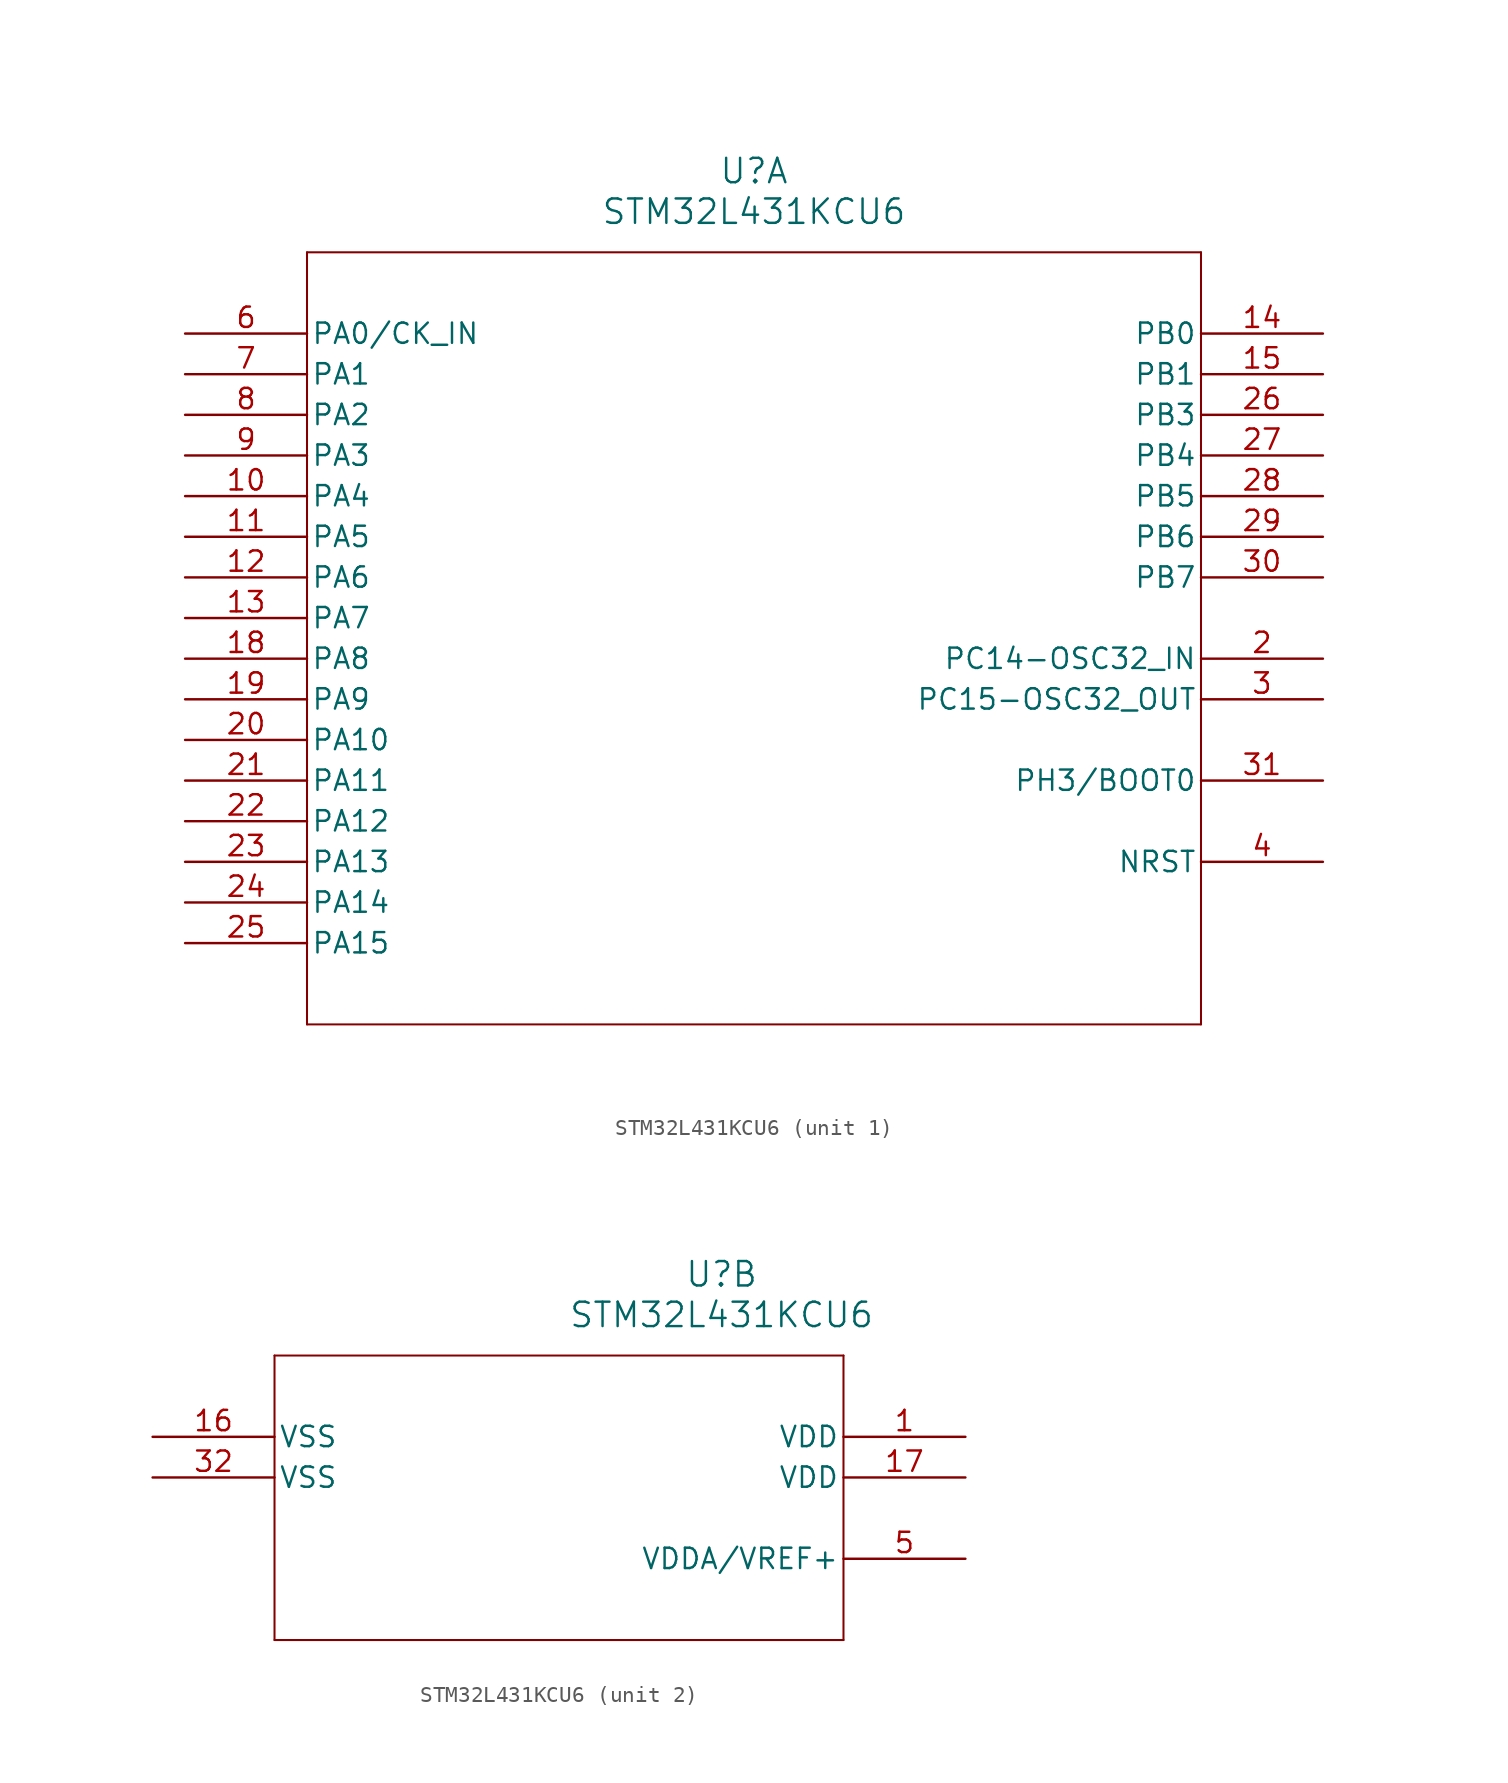
<source format=kicad_sym>
(kicad_symbol_lib
  (version 20211014)
  (generator kicad_symbol_editor)
  (symbol "STM32L431KCU6"
    (pin_names
      (offset 0.254))
    (property "Reference" "U"
      (at 35.56 10.16 0)
      (effects (font (size 1.524 1.524))))
    (property "Value" "STM32L431KCU6"
      (at 35.56 7.62 0)
      (effects (font (size 1.524 1.524))))
    (symbol "STM32L431KCU6_1_1"
      (polyline (pts (xy 7.62 5.08) (xy 7.62 -43.18)) (stroke (width 0.127) (type default) (color 0 0 0 0)) (fill (type none)))
      (polyline (pts (xy 7.62 -43.18) (xy 63.5 -43.18)) (stroke (width 0.127) (type default) (color 0 0 0 0)) (fill (type none)))
      (polyline (pts (xy 63.5 -43.18) (xy 63.5 5.08)) (stroke (width 0.127) (type default) (color 0 0 0 0)) (fill (type none)))
      (polyline (pts (xy 63.5 5.08) (xy 7.62 5.08)) (stroke (width 0.127) (type default) (color 0 0 0 0)) (fill (type none)))
      (pin bidirectional line (at 71.12 -20.32 180) (length 7.62) (name "PC14-OSC32_IN" (effects (font (size 1.27 1.27)))) (number "2" (effects (font (size 1.27 1.27)))))
      (pin bidirectional line (at 71.12 -22.86 180) (length 7.62) (name "PC15-OSC32_OUT" (effects (font (size 1.27 1.27)))) (number "3" (effects (font (size 1.27 1.27)))))
      (pin bidirectional line (at 71.12 -33.02 180) (length 7.62) (name "NRST" (effects (font (size 1.27 1.27)))) (number "4" (effects (font (size 1.27 1.27)))))
      (pin bidirectional line (at 0 0 0) (length 7.62) (name "PA0/CK_IN" (effects (font (size 1.27 1.27)))) (number "6" (effects (font (size 1.27 1.27)))))
      (pin bidirectional line (at 0 -2.54 0) (length 7.62) (name "PA1" (effects (font (size 1.27 1.27)))) (number "7" (effects (font (size 1.27 1.27)))))
      (pin bidirectional line (at 0 -5.08 0) (length 7.62) (name "PA2" (effects (font (size 1.27 1.27)))) (number "8" (effects (font (size 1.27 1.27)))))
      (pin bidirectional line (at 0 -7.62 0) (length 7.62) (name "PA3" (effects (font (size 1.27 1.27)))) (number "9" (effects (font (size 1.27 1.27)))))
      (pin bidirectional line (at 0 -10.16 0) (length 7.62) (name "PA4" (effects (font (size 1.27 1.27)))) (number "10" (effects (font (size 1.27 1.27)))))
      (pin bidirectional line (at 0 -12.7 0) (length 7.62) (name "PA5" (effects (font (size 1.27 1.27)))) (number "11" (effects (font (size 1.27 1.27)))))
      (pin bidirectional line (at 0 -15.24 0) (length 7.62) (name "PA6" (effects (font (size 1.27 1.27)))) (number "12" (effects (font (size 1.27 1.27)))))
      (pin bidirectional line (at 0 -17.78 0) (length 7.62) (name "PA7" (effects (font (size 1.27 1.27)))) (number "13" (effects (font (size 1.27 1.27)))))
      (pin bidirectional line (at 71.12 0 180) (length 7.62) (name "PB0" (effects (font (size 1.27 1.27)))) (number "14" (effects (font (size 1.27 1.27)))))
      (pin bidirectional line (at 71.12 -2.54 180) (length 7.62) (name "PB1" (effects (font (size 1.27 1.27)))) (number "15" (effects (font (size 1.27 1.27)))))
      (pin bidirectional line (at 0 -20.32 0) (length 7.62) (name "PA8" (effects (font (size 1.27 1.27)))) (number "18" (effects (font (size 1.27 1.27)))))
      (pin bidirectional line (at 0 -22.86 0) (length 7.62) (name "PA9" (effects (font (size 1.27 1.27)))) (number "19" (effects (font (size 1.27 1.27)))))
      (pin bidirectional line (at 0 -25.4 0) (length 7.62) (name "PA10" (effects (font (size 1.27 1.27)))) (number "20" (effects (font (size 1.27 1.27)))))
      (pin bidirectional line (at 0 -27.94 0) (length 7.62) (name "PA11" (effects (font (size 1.27 1.27)))) (number "21" (effects (font (size 1.27 1.27)))))
      (pin bidirectional line (at 0 -30.48 0) (length 7.62) (name "PA12" (effects (font (size 1.27 1.27)))) (number "22" (effects (font (size 1.27 1.27)))))
      (pin bidirectional line (at 0 -33.02 0) (length 7.62) (name "PA13" (effects (font (size 1.27 1.27)))) (number "23" (effects (font (size 1.27 1.27)))))
      (pin bidirectional line (at 0 -35.56 0) (length 7.62) (name "PA14" (effects (font (size 1.27 1.27)))) (number "24" (effects (font (size 1.27 1.27)))))
      (pin bidirectional line (at 0 -38.1 0) (length 7.62) (name "PA15" (effects (font (size 1.27 1.27)))) (number "25" (effects (font (size 1.27 1.27)))))
      (pin bidirectional line (at 71.12 -5.08 180) (length 7.62) (name "PB3" (effects (font (size 1.27 1.27)))) (number "26" (effects (font (size 1.27 1.27)))))
      (pin bidirectional line (at 71.12 -7.62 180) (length 7.62) (name "PB4" (effects (font (size 1.27 1.27)))) (number "27" (effects (font (size 1.27 1.27)))))
      (pin bidirectional line (at 71.12 -10.16 180) (length 7.62) (name "PB5" (effects (font (size 1.27 1.27)))) (number "28" (effects (font (size 1.27 1.27)))))
      (pin bidirectional line (at 71.12 -12.7 180) (length 7.62) (name "PB6" (effects (font (size 1.27 1.27)))) (number "29" (effects (font (size 1.27 1.27)))))
      (pin bidirectional line (at 71.12 -15.24 180) (length 7.62) (name "PB7" (effects (font (size 1.27 1.27)))) (number "30" (effects (font (size 1.27 1.27)))))
      (pin bidirectional line (at 71.12 -27.94 180) (length 7.62) (name "PH3/BOOT0" (effects (font (size 1.27 1.27)))) (number "31" (effects (font (size 1.27 1.27))))))
    (symbol "STM32L431KCU6_2_1"
      (polyline (pts (xy 7.62 5.08) (xy 7.62 -12.7)) (stroke (width 0.127) (type default) (color 0 0 0 0)) (fill (type none)))
      (polyline (pts (xy 7.62 -12.7) (xy 43.18 -12.7)) (stroke (width 0.127) (type default) (color 0 0 0 0)) (fill (type none)))
      (polyline (pts (xy 43.18 -12.7) (xy 43.18 5.08)) (stroke (width 0.127) (type default) (color 0 0 0 0)) (fill (type none)))
      (polyline (pts (xy 43.18 5.08) (xy 7.62 5.08)) (stroke (width 0.127) (type default) (color 0 0 0 0)) (fill (type none)))
      (pin power_in line (at 50.8 0 180) (length 7.62) (name "VDD" (effects (font (size 1.27 1.27)))) (number "1" (effects (font (size 1.27 1.27)))))
      (pin power_in line (at 50.8 -7.62 180) (length 7.62) (name "VDDA/VREF+" (effects (font (size 1.27 1.27)))) (number "5" (effects (font (size 1.27 1.27)))))
      (pin power_in line (at 0 0 0) (length 7.62) (name "VSS" (effects (font (size 1.27 1.27)))) (number "16" (effects (font (size 1.27 1.27)))))
      (pin power_in line (at 50.8 -2.54 180) (length 7.62) (name "VDD" (effects (font (size 1.27 1.27)))) (number "17" (effects (font (size 1.27 1.27)))))
      (pin power_in line (at 0 -2.54 0) (length 7.62) (name "VSS" (effects (font (size 1.27 1.27)))) (number "32" (effects (font (size 1.27 1.27))))))))
</source>
